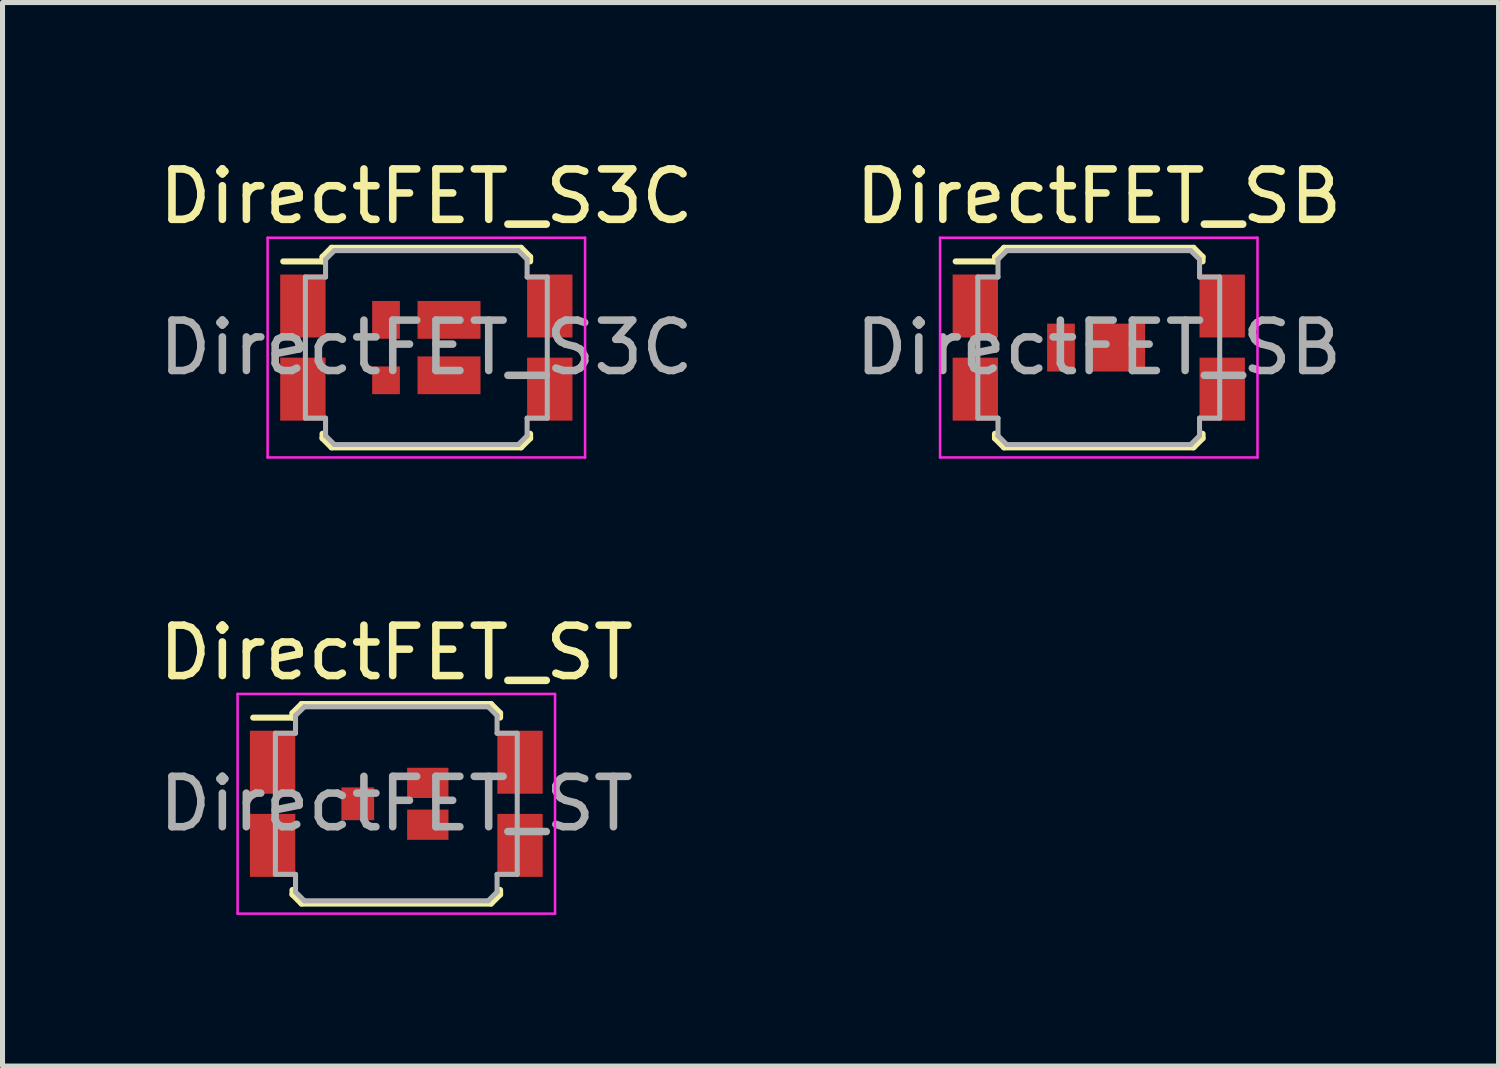
<source format=kicad_pcb>
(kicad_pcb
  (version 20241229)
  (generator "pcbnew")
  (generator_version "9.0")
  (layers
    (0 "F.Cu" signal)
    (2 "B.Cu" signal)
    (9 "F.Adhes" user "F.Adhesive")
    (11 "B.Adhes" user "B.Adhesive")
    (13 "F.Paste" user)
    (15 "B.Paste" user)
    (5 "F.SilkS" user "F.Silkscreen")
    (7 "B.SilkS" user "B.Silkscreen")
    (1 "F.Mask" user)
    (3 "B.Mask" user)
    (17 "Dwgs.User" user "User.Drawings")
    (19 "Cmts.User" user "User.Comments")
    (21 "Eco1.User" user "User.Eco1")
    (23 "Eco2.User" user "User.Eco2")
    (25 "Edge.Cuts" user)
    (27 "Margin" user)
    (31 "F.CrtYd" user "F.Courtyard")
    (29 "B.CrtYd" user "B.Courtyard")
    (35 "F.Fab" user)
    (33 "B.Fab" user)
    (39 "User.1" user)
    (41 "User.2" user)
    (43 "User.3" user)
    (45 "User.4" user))
  (footprint "DirectFET_S3C"
    (layer "F.Cu")
    (at 5.411 3.848)
    (property "Reference" "DirectFET_S3C" (at 0 -3 0) (layer "F.SilkS") (effects (font (size 1 1) (thickness 0.15))))
    (attr smd)
    (fp_line (start -2.84 -1.71) (end -2.06 -1.71) (stroke (width 0.12) (type solid)) (layer "F.SilkS"))
    (fp_line (start -2.06 -1.8) (end -1.88 -1.98) (stroke (width 0.12) (type solid)) (layer "F.SilkS"))
    (fp_line (start -2.06 -1.71) (end -2.06 -1.8) (stroke (width 0.12) (type solid)) (layer "F.SilkS"))
    (fp_line (start -2.06 1.71) (end -2.06 1.8) (stroke (width 0.12) (type solid)) (layer "F.SilkS"))
    (fp_line (start -2.06 1.8) (end -1.88 1.98) (stroke (width 0.12) (type solid)) (layer "F.SilkS"))
    (fp_line (start -1.88 -1.98) (end 1.88 -1.98) (stroke (width 0.12) (type solid)) (layer "F.SilkS"))
    (fp_line (start -1.88 1.98) (end 1.88 1.98) (stroke (width 0.12) (type solid)) (layer "F.SilkS"))
    (fp_line (start 2.06 -1.8) (end 1.88 -1.98) (stroke (width 0.12) (type solid)) (layer "F.SilkS"))
    (fp_line (start 2.06 -1.71) (end 2.06 -1.8) (stroke (width 0.12) (type solid)) (layer "F.SilkS"))
    (fp_line (start 2.06 1.71) (end 2.06 1.8) (stroke (width 0.12) (type solid)) (layer "F.SilkS"))
    (fp_line (start 2.06 1.8) (end 1.88 1.98) (stroke (width 0.12) (type solid)) (layer "F.SilkS"))
    (fp_line (start -3.15 -2.18) (end -3.15 2.18) (stroke (width 0.05) (type solid)) (layer "F.CrtYd"))
    (fp_line (start -3.15 -2.18) (end 3.15 -2.18) (stroke (width 0.05) (type solid)) (layer "F.CrtYd"))
    (fp_line (start -3.15 2.18) (end 3.15 2.18) (stroke (width 0.05) (type solid)) (layer "F.CrtYd"))
    (fp_line (start 3.15 -2.18) (end 3.15 2.18) (stroke (width 0.05) (type solid)) (layer "F.CrtYd"))
    (fp_line (start -2.4 -1.4) (end -2 -1.4) (stroke (width 0.1) (type solid)) (layer "F.Fab"))
    (fp_line (start -2.4 1.4) (end -2.4 -1.4) (stroke (width 0.1) (type solid)) (layer "F.Fab"))
    (fp_line (start -2.4 1.4) (end -2 1.4) (stroke (width 0.1) (type solid)) (layer "F.Fab"))
    (fp_line (start -2 -1.75) (end -1.825 -1.925) (stroke (width 0.1) (type solid)) (layer "F.Fab"))
    (fp_line (start -2 -1.4) (end -2 -1.75) (stroke (width 0.1) (type solid)) (layer "F.Fab"))
    (fp_line (start -2 1.4) (end -2 1.75) (stroke (width 0.1) (type solid)) (layer "F.Fab"))
    (fp_line (start -2 1.75) (end -1.825 1.925) (stroke (width 0.1) (type solid)) (layer "F.Fab"))
    (fp_line (start -1.825 -1.925) (end 1.825 -1.925) (stroke (width 0.1) (type solid)) (layer "F.Fab"))
    (fp_line (start -1.825 1.925) (end 1.825 1.925) (stroke (width 0.1) (type solid)) (layer "F.Fab"))
    (fp_line (start 1.825 -1.925) (end 2 -1.75) (stroke (width 0.1) (type solid)) (layer "F.Fab"))
    (fp_line (start 1.825 1.925) (end 2 1.75) (stroke (width 0.1) (type solid)) (layer "F.Fab"))
    (fp_line (start 2 -1.4) (end 2 -1.75) (stroke (width 0.1) (type solid)) (layer "F.Fab"))
    (fp_line (start 2 1.4) (end 2 1.75) (stroke (width 0.1) (type solid)) (layer "F.Fab"))
    (fp_line (start 2.4 -1.4) (end 2 -1.4) (stroke (width 0.1) (type solid)) (layer "F.Fab"))
    (fp_line (start 2.4 1.4) (end 2 1.4) (stroke (width 0.1) (type solid)) (layer "F.Fab"))
    (fp_line (start 2.4 1.4) (end 2.4 -1.4) (stroke (width 0.1) (type solid)) (layer "F.Fab"))
    (fp_text user "${REFERENCE}" (at 0 0 0) (layer "F.Fab") (effects (font (size 1 1) (thickness 0.15))))
    (pad "1" smd rect (at -2.45 -0.825) (size 0.9 1.25) (layers "F.Cu" "F.Mask" "F.Paste"))
    (pad "1" smd rect (at -2.45 0.825) (size 0.9 1.25) (layers "F.Cu" "F.Mask" "F.Paste"))
    (pad "1" smd rect (at 2.45 -0.825) (size 0.9 1.25) (layers "F.Cu" "F.Mask" "F.Paste"))
    (pad "1" smd rect (at 2.45 0.825) (size 0.9 1.25) (layers "F.Cu" "F.Mask" "F.Paste"))
    (pad "2" smd rect (at -0.8 0.65) (size 0.55 0.55) (layers "F.Cu" "F.Mask" "F.Paste"))
    (pad "3" smd rect (at -0.8 -0.55) (size 0.55 0.75) (layers "F.Cu" "F.Mask" "F.Paste"))
    (pad "3" smd rect (at 0.45 -0.55) (size 1.25 0.75) (layers "F.Cu" "F.Mask" "F.Paste"))
    (pad "3" smd rect (at 0.45 0.55) (size 1.25 0.75) (layers "F.Cu" "F.Mask" "F.Paste")))
  (footprint "DirectFET_ST"
    (layer "F.Cu")
    (at 4.815 12.902)
    (property "Reference" "DirectFET_ST" (at 0 -3 0) (layer "F.SilkS") (effects (font (size 1 1) (thickness 0.15))))
    (attr smd)
    (fp_line (start -2.84 -1.71) (end -2.06 -1.71) (stroke (width 0.12) (type solid)) (layer "F.SilkS"))
    (fp_line (start -2.06 -1.8) (end -1.88 -1.98) (stroke (width 0.12) (type solid)) (layer "F.SilkS"))
    (fp_line (start -2.06 -1.71) (end -2.06 -1.8) (stroke (width 0.12) (type solid)) (layer "F.SilkS"))
    (fp_line (start -2.06 1.71) (end -2.06 1.8) (stroke (width 0.12) (type solid)) (layer "F.SilkS"))
    (fp_line (start -2.06 1.8) (end -1.88 1.98) (stroke (width 0.12) (type solid)) (layer "F.SilkS"))
    (fp_line (start -1.88 -1.98) (end 1.88 -1.98) (stroke (width 0.12) (type solid)) (layer "F.SilkS"))
    (fp_line (start -1.88 1.98) (end 1.88 1.98) (stroke (width 0.12) (type solid)) (layer "F.SilkS"))
    (fp_line (start 2.06 -1.8) (end 1.88 -1.98) (stroke (width 0.12) (type solid)) (layer "F.SilkS"))
    (fp_line (start 2.06 -1.71) (end 2.06 -1.8) (stroke (width 0.12) (type solid)) (layer "F.SilkS"))
    (fp_line (start 2.06 1.71) (end 2.06 1.8) (stroke (width 0.12) (type solid)) (layer "F.SilkS"))
    (fp_line (start 2.06 1.8) (end 1.88 1.98) (stroke (width 0.12) (type solid)) (layer "F.SilkS"))
    (fp_line (start -3.15 -2.18) (end -3.15 2.18) (stroke (width 0.05) (type solid)) (layer "F.CrtYd"))
    (fp_line (start -3.15 -2.18) (end 3.15 -2.18) (stroke (width 0.05) (type solid)) (layer "F.CrtYd"))
    (fp_line (start -3.15 2.18) (end 3.15 2.18) (stroke (width 0.05) (type solid)) (layer "F.CrtYd"))
    (fp_line (start 3.15 -2.18) (end 3.15 2.18) (stroke (width 0.05) (type solid)) (layer "F.CrtYd"))
    (fp_line (start -2.4 -1.4) (end -2 -1.4) (stroke (width 0.1) (type solid)) (layer "F.Fab"))
    (fp_line (start -2.4 1.4) (end -2.4 -1.4) (stroke (width 0.1) (type solid)) (layer "F.Fab"))
    (fp_line (start -2.4 1.4) (end -2 1.4) (stroke (width 0.1) (type solid)) (layer "F.Fab"))
    (fp_line (start -2 -1.75) (end -1.825 -1.925) (stroke (width 0.1) (type solid)) (layer "F.Fab"))
    (fp_line (start -2 -1.4) (end -2 -1.75) (stroke (width 0.1) (type solid)) (layer "F.Fab"))
    (fp_line (start -2 1.4) (end -2 1.75) (stroke (width 0.1) (type solid)) (layer "F.Fab"))
    (fp_line (start -2 1.75) (end -1.825 1.925) (stroke (width 0.1) (type solid)) (layer "F.Fab"))
    (fp_line (start -1.825 -1.925) (end 1.825 -1.925) (stroke (width 0.1) (type solid)) (layer "F.Fab"))
    (fp_line (start -1.825 1.925) (end 1.825 1.925) (stroke (width 0.1) (type solid)) (layer "F.Fab"))
    (fp_line (start 1.825 -1.925) (end 2 -1.75) (stroke (width 0.1) (type solid)) (layer "F.Fab"))
    (fp_line (start 1.825 1.925) (end 2 1.75) (stroke (width 0.1) (type solid)) (layer "F.Fab"))
    (fp_line (start 2 -1.4) (end 2 -1.75) (stroke (width 0.1) (type solid)) (layer "F.Fab"))
    (fp_line (start 2 1.4) (end 2 1.75) (stroke (width 0.1) (type solid)) (layer "F.Fab"))
    (fp_line (start 2.4 -1.4) (end 2 -1.4) (stroke (width 0.1) (type solid)) (layer "F.Fab"))
    (fp_line (start 2.4 1.4) (end 2 1.4) (stroke (width 0.1) (type solid)) (layer "F.Fab"))
    (fp_line (start 2.4 1.4) (end 2.4 -1.4) (stroke (width 0.1) (type solid)) (layer "F.Fab"))
    (fp_text user "${REFERENCE}" (at 0 0 0) (layer "F.Fab") (effects (font (size 1 1) (thickness 0.15))))
    (pad "1" smd rect (at -2.455 -0.825) (size 0.9 1.25) (layers "F.Cu" "F.Mask" "F.Paste"))
    (pad "1" smd rect (at -2.455 0.825) (size 0.9 1.25) (layers "F.Cu" "F.Mask" "F.Paste"))
    (pad "1" smd rect (at 2.455 -0.825) (size 0.9 1.25) (layers "F.Cu" "F.Mask" "F.Paste"))
    (pad "1" smd rect (at 2.455 0.825) (size 0.9 1.25) (layers "F.Cu" "F.Mask" "F.Paste"))
    (pad "2" smd rect (at -0.765 0) (size 0.65 0.65) (layers "F.Cu" "F.Mask" "F.Paste"))
    (pad "3" smd rect (at 0.625 -0.415) (size 0.82 0.6) (layers "F.Cu" "F.Mask" "F.Paste"))
    (pad "3" smd rect (at 0.625 0.415) (size 0.82 0.6) (layers "F.Cu" "F.Mask" "F.Paste")))
  (footprint "DirectFET_SB"
    (layer "F.Cu")
    (at 18.756 3.848)
    (property "Reference" "DirectFET_SB" (at 0 -3 0) (layer "F.SilkS") (effects (font (size 1 1) (thickness 0.15))))
    (attr smd)
    (fp_line (start -2.84 -1.71) (end -2.06 -1.71) (stroke (width 0.12) (type solid)) (layer "F.SilkS"))
    (fp_line (start -2.06 -1.8) (end -1.88 -1.98) (stroke (width 0.12) (type solid)) (layer "F.SilkS"))
    (fp_line (start -2.06 -1.71) (end -2.06 -1.8) (stroke (width 0.12) (type solid)) (layer "F.SilkS"))
    (fp_line (start -2.06 1.71) (end -2.06 1.8) (stroke (width 0.12) (type solid)) (layer "F.SilkS"))
    (fp_line (start -2.06 1.8) (end -1.88 1.98) (stroke (width 0.12) (type solid)) (layer "F.SilkS"))
    (fp_line (start -1.88 -1.98) (end 1.88 -1.98) (stroke (width 0.12) (type solid)) (layer "F.SilkS"))
    (fp_line (start -1.88 1.98) (end 1.88 1.98) (stroke (width 0.12) (type solid)) (layer "F.SilkS"))
    (fp_line (start 2.06 -1.8) (end 1.88 -1.98) (stroke (width 0.12) (type solid)) (layer "F.SilkS"))
    (fp_line (start 2.06 -1.71) (end 2.06 -1.8) (stroke (width 0.12) (type solid)) (layer "F.SilkS"))
    (fp_line (start 2.06 1.71) (end 2.06 1.8) (stroke (width 0.12) (type solid)) (layer "F.SilkS"))
    (fp_line (start 2.06 1.8) (end 1.88 1.98) (stroke (width 0.12) (type solid)) (layer "F.SilkS"))
    (fp_line (start -3.15 -2.18) (end -3.15 2.18) (stroke (width 0.05) (type solid)) (layer "F.CrtYd"))
    (fp_line (start -3.15 -2.18) (end 3.15 -2.18) (stroke (width 0.05) (type solid)) (layer "F.CrtYd"))
    (fp_line (start -3.15 2.18) (end 3.15 2.18) (stroke (width 0.05) (type solid)) (layer "F.CrtYd"))
    (fp_line (start 3.15 -2.18) (end 3.15 2.18) (stroke (width 0.05) (type solid)) (layer "F.CrtYd"))
    (fp_line (start -2.4 -1.4) (end -2 -1.4) (stroke (width 0.1) (type solid)) (layer "F.Fab"))
    (fp_line (start -2.4 1.4) (end -2.4 -1.4) (stroke (width 0.1) (type solid)) (layer "F.Fab"))
    (fp_line (start -2.4 1.4) (end -2 1.4) (stroke (width 0.1) (type solid)) (layer "F.Fab"))
    (fp_line (start -2 -1.75) (end -1.825 -1.925) (stroke (width 0.1) (type solid)) (layer "F.Fab"))
    (fp_line (start -2 -1.4) (end -2 -1.75) (stroke (width 0.1) (type solid)) (layer "F.Fab"))
    (fp_line (start -2 1.4) (end -2 1.75) (stroke (width 0.1) (type solid)) (layer "F.Fab"))
    (fp_line (start -2 1.75) (end -1.825 1.925) (stroke (width 0.1) (type solid)) (layer "F.Fab"))
    (fp_line (start -1.825 -1.925) (end 1.825 -1.925) (stroke (width 0.1) (type solid)) (layer "F.Fab"))
    (fp_line (start -1.825 1.925) (end 1.825 1.925) (stroke (width 0.1) (type solid)) (layer "F.Fab"))
    (fp_line (start 1.825 -1.925) (end 2 -1.75) (stroke (width 0.1) (type solid)) (layer "F.Fab"))
    (fp_line (start 1.825 1.925) (end 2 1.75) (stroke (width 0.1) (type solid)) (layer "F.Fab"))
    (fp_line (start 2 -1.4) (end 2 -1.75) (stroke (width 0.1) (type solid)) (layer "F.Fab"))
    (fp_line (start 2 1.4) (end 2 1.75) (stroke (width 0.1) (type solid)) (layer "F.Fab"))
    (fp_line (start 2.4 -1.4) (end 2 -1.4) (stroke (width 0.1) (type solid)) (layer "F.Fab"))
    (fp_line (start 2.4 1.4) (end 2 1.4) (stroke (width 0.1) (type solid)) (layer "F.Fab"))
    (fp_line (start 2.4 1.4) (end 2.4 -1.4) (stroke (width 0.1) (type solid)) (layer "F.Fab"))
    (fp_text user "${REFERENCE}" (at 0 0 0) (layer "F.Fab") (effects (font (size 1 1) (thickness 0.15))))
    (pad "1" smd rect (at -2.45 -0.825) (size 0.9 1.25) (layers "F.Cu" "F.Mask" "F.Paste"))
    (pad "1" smd rect (at -2.45 0.825) (size 0.9 1.25) (layers "F.Cu" "F.Mask" "F.Paste"))
    (pad "1" smd rect (at 2.45 -0.825) (size 0.9 1.25) (layers "F.Cu" "F.Mask" "F.Paste"))
    (pad "1" smd rect (at 2.45 0.825) (size 0.9 1.25) (layers "F.Cu" "F.Mask" "F.Paste"))
    (pad "2" smd rect (at -0.75 0) (size 0.55 0.95) (layers "F.Cu" "F.Mask" "F.Paste"))
    (pad "3" smd rect (at 0.395 0) (size 1.05 0.95) (layers "F.Cu" "F.Mask" "F.Paste")))
  (gr_rect
    (start -3 -3)
    (end 26.69 18.107)
    (stroke (width 0.1) (type default))
    (fill no)
    (layer "Edge.Cuts")))
</source>
